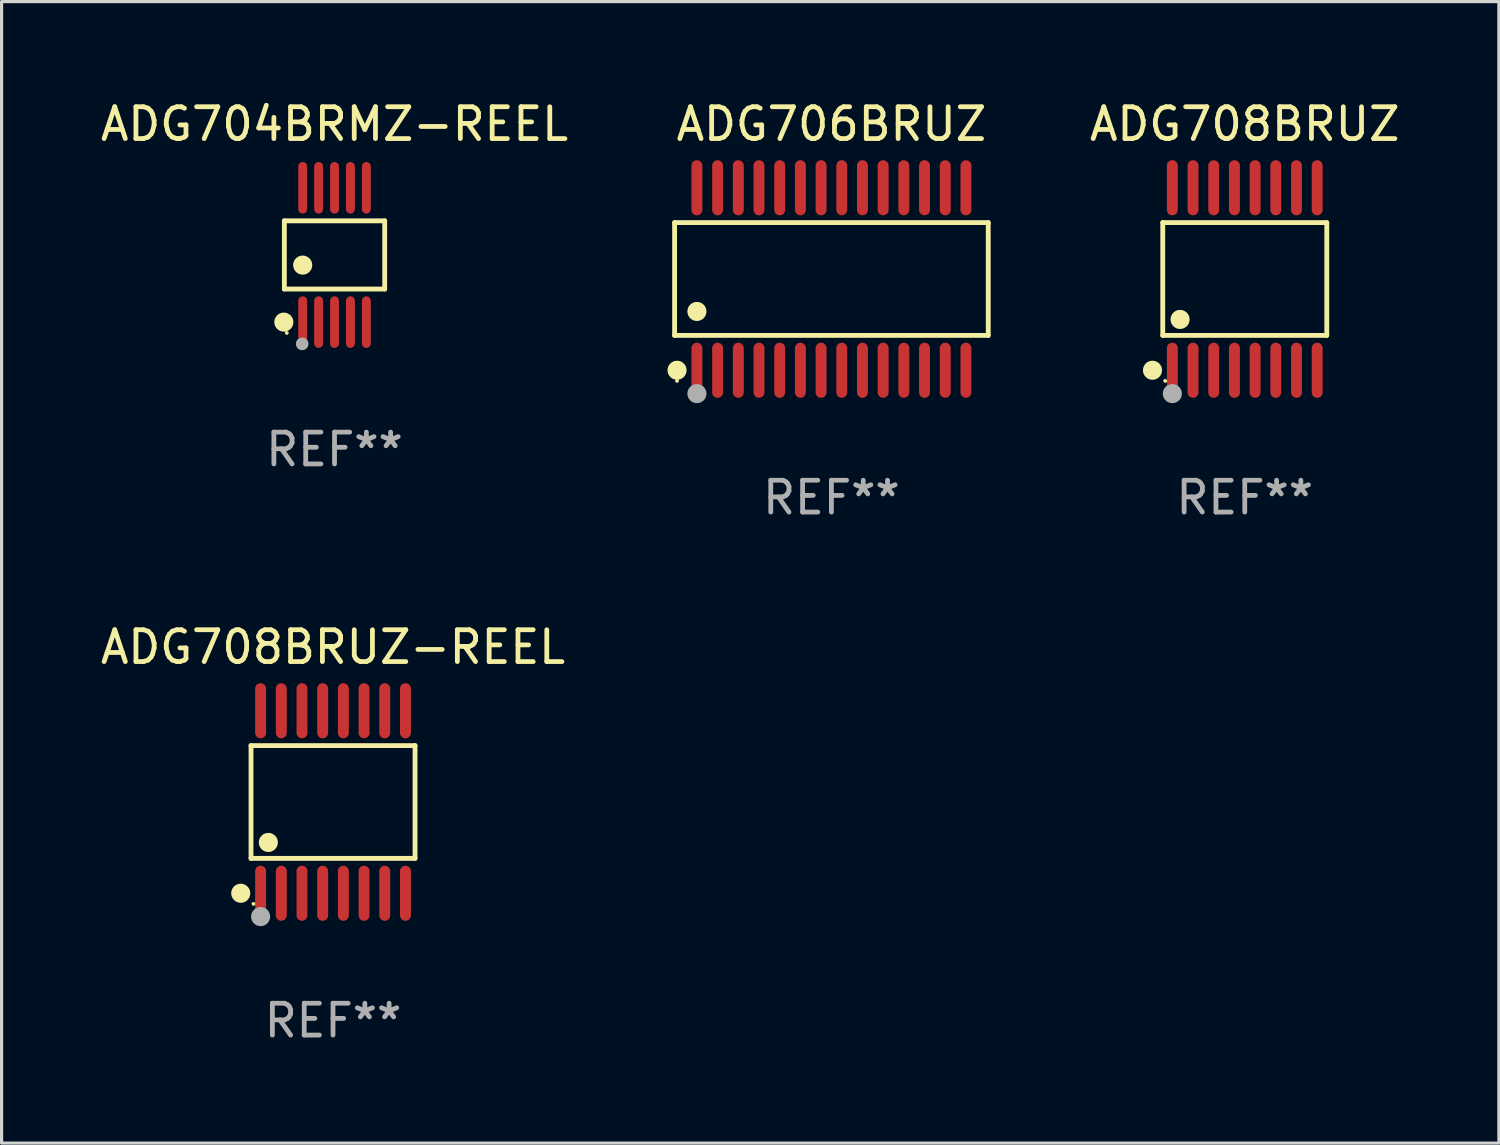
<source format=kicad_pcb>
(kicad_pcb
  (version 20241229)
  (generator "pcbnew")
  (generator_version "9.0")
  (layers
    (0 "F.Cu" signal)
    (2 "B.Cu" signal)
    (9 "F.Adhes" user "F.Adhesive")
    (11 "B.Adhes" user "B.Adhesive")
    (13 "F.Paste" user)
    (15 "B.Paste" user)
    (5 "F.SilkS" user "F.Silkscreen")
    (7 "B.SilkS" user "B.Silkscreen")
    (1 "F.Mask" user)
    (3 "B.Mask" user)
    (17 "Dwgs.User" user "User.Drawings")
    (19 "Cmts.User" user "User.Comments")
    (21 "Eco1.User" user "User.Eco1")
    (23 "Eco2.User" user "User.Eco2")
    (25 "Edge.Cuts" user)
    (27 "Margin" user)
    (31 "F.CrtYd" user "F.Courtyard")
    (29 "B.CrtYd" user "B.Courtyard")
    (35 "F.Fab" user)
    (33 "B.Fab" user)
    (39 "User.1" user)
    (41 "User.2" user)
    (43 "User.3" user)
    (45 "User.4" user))
  (footprint "ADG708BRUZ"
    (layer "F.Cu")
    (at 36.05 5.714)
    (property "Reference" "ADG708BRUZ" (at 0 -4.866 0) (layer "F.SilkS") (effects (font (size 1 1) (thickness 0.15))))
    (attr through_hole)
    (fp_line (start -2.576 -1.772) (end 2.576 -1.772) (stroke (width 0.152) (type solid)) (layer "F.SilkS"))
    (fp_line (start -2.576 1.771) (end -2.576 -1.772) (stroke (width 0.152) (type solid)) (layer "F.SilkS"))
    (fp_line (start 2.576 -1.772) (end 2.576 1.771) (stroke (width 0.152) (type solid)) (layer "F.SilkS"))
    (fp_line (start 2.576 1.771) (end -2.576 1.771) (stroke (width 0.152) (type solid)) (layer "F.SilkS"))
    (fp_circle (center -2.899 2.866) (end -2.749 2.866) (stroke (width 0.3) (type solid)) (fill no) (layer "F.SilkS"))
    (fp_circle (center -2.5 3.2) (end -2.47 3.2) (stroke (width 0.06) (type solid)) (fill no) (layer "F.SilkS"))
    (fp_circle (center -2.032 1.27) (end -1.882 1.27) (stroke (width 0.3) (type solid)) (fill no) (layer "F.SilkS"))
    (fp_circle (center -2.275 3.6) (end -2.125 3.6) (stroke (width 0.3) (type solid)) (fill no) (layer "F.Fab"))
    (fp_text user "REF**" (at 0 6.866 0) (layer "F.Fab") (effects (font (size 1 1) (thickness 0.15))))
    (pad "1" smd oval (at -2.275 2.866) (size 0.343 1.731) (layers "F.Cu" "F.Mask" "F.Paste"))
    (pad "2" smd oval (at -1.625 2.866) (size 0.343 1.731) (layers "F.Cu" "F.Mask" "F.Paste"))
    (pad "3" smd oval (at -0.975 2.866) (size 0.343 1.731) (layers "F.Cu" "F.Mask" "F.Paste"))
    (pad "4" smd oval (at -0.325 2.866) (size 0.343 1.731) (layers "F.Cu" "F.Mask" "F.Paste"))
    (pad "5" smd oval (at 0.325 2.866) (size 0.343 1.731) (layers "F.Cu" "F.Mask" "F.Paste"))
    (pad "6" smd oval (at 0.975 2.866) (size 0.343 1.731) (layers "F.Cu" "F.Mask" "F.Paste"))
    (pad "7" smd oval (at 1.625 2.866) (size 0.343 1.731) (layers "F.Cu" "F.Mask" "F.Paste"))
    (pad "8" smd oval (at 2.275 2.866) (size 0.343 1.731) (layers "F.Cu" "F.Mask" "F.Paste"))
    (pad "9" smd oval (at 2.275 -2.866) (size 0.343 1.731) (layers "F.Cu" "F.Mask" "F.Paste"))
    (pad "10" smd oval (at 1.625 -2.866) (size 0.343 1.731) (layers "F.Cu" "F.Mask" "F.Paste"))
    (pad "11" smd oval (at 0.975 -2.866) (size 0.343 1.731) (layers "F.Cu" "F.Mask" "F.Paste"))
    (pad "12" smd oval (at 0.325 -2.866) (size 0.343 1.731) (layers "F.Cu" "F.Mask" "F.Paste"))
    (pad "13" smd oval (at -0.325 -2.866) (size 0.343 1.731) (layers "F.Cu" "F.Mask" "F.Paste"))
    (pad "14" smd oval (at -0.975 -2.866) (size 0.343 1.731) (layers "F.Cu" "F.Mask" "F.Paste"))
    (pad "15" smd oval (at -1.625 -2.866) (size 0.343 1.731) (layers "F.Cu" "F.Mask" "F.Paste"))
    (pad "16" smd oval (at -2.275 -2.866) (size 0.343 1.731) (layers "F.Cu" "F.Mask" "F.Paste")))
  (footprint "ADG708BRUZ-REEL"
    (layer "F.Cu")
    (at 7.411 22.142)
    (property "Reference" "ADG708BRUZ-REEL" (at 0 -4.866 0) (layer "F.SilkS") (effects (font (size 1 1) (thickness 0.15))))
    (attr through_hole)
    (fp_line (start -2.576 -1.772) (end 2.576 -1.772) (stroke (width 0.152) (type solid)) (layer "F.SilkS"))
    (fp_line (start -2.576 1.771) (end -2.576 -1.772) (stroke (width 0.152) (type solid)) (layer "F.SilkS"))
    (fp_line (start 2.576 -1.772) (end 2.576 1.771) (stroke (width 0.152) (type solid)) (layer "F.SilkS"))
    (fp_line (start 2.576 1.771) (end -2.576 1.771) (stroke (width 0.152) (type solid)) (layer "F.SilkS"))
    (fp_circle (center -2.899 2.866) (end -2.749 2.866) (stroke (width 0.3) (type solid)) (fill no) (layer "F.SilkS"))
    (fp_circle (center -2.5 3.2) (end -2.47 3.2) (stroke (width 0.06) (type solid)) (fill no) (layer "F.SilkS"))
    (fp_circle (center -2.032 1.27) (end -1.882 1.27) (stroke (width 0.3) (type solid)) (fill no) (layer "F.SilkS"))
    (fp_circle (center -2.275 3.6) (end -2.125 3.6) (stroke (width 0.3) (type solid)) (fill no) (layer "F.Fab"))
    (fp_text user "REF**" (at 0 6.866 0) (layer "F.Fab") (effects (font (size 1 1) (thickness 0.15))))
    (pad "1" smd oval (at -2.275 2.866) (size 0.343 1.731) (layers "F.Cu" "F.Mask" "F.Paste"))
    (pad "2" smd oval (at -1.625 2.866) (size 0.343 1.731) (layers "F.Cu" "F.Mask" "F.Paste"))
    (pad "3" smd oval (at -0.975 2.866) (size 0.343 1.731) (layers "F.Cu" "F.Mask" "F.Paste"))
    (pad "4" smd oval (at -0.325 2.866) (size 0.343 1.731) (layers "F.Cu" "F.Mask" "F.Paste"))
    (pad "5" smd oval (at 0.325 2.866) (size 0.343 1.731) (layers "F.Cu" "F.Mask" "F.Paste"))
    (pad "6" smd oval (at 0.975 2.866) (size 0.343 1.731) (layers "F.Cu" "F.Mask" "F.Paste"))
    (pad "7" smd oval (at 1.625 2.866) (size 0.343 1.731) (layers "F.Cu" "F.Mask" "F.Paste"))
    (pad "8" smd oval (at 2.275 2.866) (size 0.343 1.731) (layers "F.Cu" "F.Mask" "F.Paste"))
    (pad "9" smd oval (at 2.275 -2.866) (size 0.343 1.731) (layers "F.Cu" "F.Mask" "F.Paste"))
    (pad "10" smd oval (at 1.625 -2.866) (size 0.343 1.731) (layers "F.Cu" "F.Mask" "F.Paste"))
    (pad "11" smd oval (at 0.975 -2.866) (size 0.343 1.731) (layers "F.Cu" "F.Mask" "F.Paste"))
    (pad "12" smd oval (at 0.325 -2.866) (size 0.343 1.731) (layers "F.Cu" "F.Mask" "F.Paste"))
    (pad "13" smd oval (at -0.325 -2.866) (size 0.343 1.731) (layers "F.Cu" "F.Mask" "F.Paste"))
    (pad "14" smd oval (at -0.975 -2.866) (size 0.343 1.731) (layers "F.Cu" "F.Mask" "F.Paste"))
    (pad "15" smd oval (at -1.625 -2.866) (size 0.343 1.731) (layers "F.Cu" "F.Mask" "F.Paste"))
    (pad "16" smd oval (at -2.275 -2.866) (size 0.343 1.731) (layers "F.Cu" "F.Mask" "F.Paste")))
  (footprint "ADG704BRMZ-REEL"
    (layer "F.Cu")
    (at 7.458 4.958)
    (property "Reference" "ADG704BRMZ-REEL" (at 0 -4.11 0) (layer "F.SilkS") (effects (font (size 1 1) (thickness 0.15))))
    (attr through_hole)
    (fp_line (start -1.576 -1.071) (end 1.576 -1.071) (stroke (width 0.152) (type solid)) (layer "F.SilkS"))
    (fp_line (start -1.576 1.071) (end -1.576 -1.071) (stroke (width 0.152) (type solid)) (layer "F.SilkS"))
    (fp_line (start 1.576 -1.071) (end 1.576 1.071) (stroke (width 0.152) (type solid)) (layer "F.SilkS"))
    (fp_line (start 1.576 1.071) (end -1.576 1.071) (stroke (width 0.152) (type solid)) (layer "F.SilkS"))
    (fp_circle (center -1.592 2.11) (end -1.442 2.11) (stroke (width 0.3) (type solid)) (fill no) (layer "F.SilkS"))
    (fp_circle (center -1.5 2.45) (end -1.47 2.45) (stroke (width 0.06) (type solid)) (fill no) (layer "F.SilkS"))
    (fp_circle (center -1 0.319) (end -0.85 0.319) (stroke (width 0.3) (type solid)) (fill no) (layer "F.SilkS"))
    (fp_circle (center -1.016 2.794) (end -0.916 2.794) (stroke (width 0.2) (type solid)) (fill no) (layer "F.Fab"))
    (fp_text user "REF**" (at 0 6.11 0) (layer "F.Fab") (effects (font (size 1 1) (thickness 0.15))))
    (pad "1" smd oval (at -1 2.11) (size 0.28 1.62) (layers "F.Cu" "F.Mask" "F.Paste"))
    (pad "2" smd oval (at -0.5 2.11) (size 0.28 1.62) (layers "F.Cu" "F.Mask" "F.Paste"))
    (pad "3" smd oval (at 0 2.11) (size 0.28 1.62) (layers "F.Cu" "F.Mask" "F.Paste"))
    (pad "4" smd oval (at 0.5 2.11) (size 0.28 1.62) (layers "F.Cu" "F.Mask" "F.Paste"))
    (pad "5" smd oval (at 1 2.11) (size 0.28 1.62) (layers "F.Cu" "F.Mask" "F.Paste"))
    (pad "6" smd oval (at 1 -2.11) (size 0.28 1.62) (layers "F.Cu" "F.Mask" "F.Paste"))
    (pad "7" smd oval (at 0.5 -2.11) (size 0.28 1.62) (layers "F.Cu" "F.Mask" "F.Paste"))
    (pad "8" smd oval (at 0 -2.11) (size 0.28 1.62) (layers "F.Cu" "F.Mask" "F.Paste"))
    (pad "9" smd oval (at -0.5 -2.11) (size 0.28 1.62) (layers "F.Cu" "F.Mask" "F.Paste"))
    (pad "10" smd oval (at -1 -2.11) (size 0.28 1.62) (layers "F.Cu" "F.Mask" "F.Paste")))
  (footprint "ADG706BRUZ"
    (layer "F.Cu")
    (at 23.066 5.714)
    (property "Reference" "ADG706BRUZ" (at 0 -4.866 0) (layer "F.SilkS") (effects (font (size 1 1) (thickness 0.15))))
    (attr through_hole)
    (fp_line (start -4.926 -1.772) (end 4.926 -1.772) (stroke (width 0.152) (type solid)) (layer "F.SilkS"))
    (fp_line (start -4.926 1.771) (end -4.926 -1.772) (stroke (width 0.152) (type solid)) (layer "F.SilkS"))
    (fp_line (start 4.926 -1.772) (end 4.926 1.771) (stroke (width 0.152) (type solid)) (layer "F.SilkS"))
    (fp_line (start 4.926 1.771) (end -4.926 1.771) (stroke (width 0.152) (type solid)) (layer "F.SilkS"))
    (fp_circle (center -4.85 3.2) (end -4.82 3.2) (stroke (width 0.06) (type solid)) (fill no) (layer "F.SilkS"))
    (fp_circle (center -4.849 2.866) (end -4.699 2.866) (stroke (width 0.3) (type solid)) (fill no) (layer "F.SilkS"))
    (fp_circle (center -4.225 1.019) (end -4.075 1.019) (stroke (width 0.3) (type solid)) (fill no) (layer "F.SilkS"))
    (fp_circle (center -4.225 3.6) (end -4.075 3.6) (stroke (width 0.3) (type solid)) (fill no) (layer "F.Fab"))
    (fp_text user "REF**" (at 0 6.866 0) (layer "F.Fab") (effects (font (size 1 1) (thickness 0.15))))
    (pad "1" smd oval (at -4.225 2.866) (size 0.343 1.731) (layers "F.Cu" "F.Mask" "F.Paste"))
    (pad "2" smd oval (at -3.575 2.866) (size 0.343 1.731) (layers "F.Cu" "F.Mask" "F.Paste"))
    (pad "3" smd oval (at -2.925 2.866) (size 0.343 1.731) (layers "F.Cu" "F.Mask" "F.Paste"))
    (pad "4" smd oval (at -2.275 2.866) (size 0.343 1.731) (layers "F.Cu" "F.Mask" "F.Paste"))
    (pad "5" smd oval (at -1.625 2.866) (size 0.343 1.731) (layers "F.Cu" "F.Mask" "F.Paste"))
    (pad "6" smd oval (at -0.975 2.866) (size 0.343 1.731) (layers "F.Cu" "F.Mask" "F.Paste"))
    (pad "7" smd oval (at -0.325 2.866) (size 0.343 1.731) (layers "F.Cu" "F.Mask" "F.Paste"))
    (pad "8" smd oval (at 0.325 2.866) (size 0.343 1.731) (layers "F.Cu" "F.Mask" "F.Paste"))
    (pad "9" smd oval (at 0.975 2.866) (size 0.343 1.731) (layers "F.Cu" "F.Mask" "F.Paste"))
    (pad "10" smd oval (at 1.625 2.866) (size 0.343 1.731) (layers "F.Cu" "F.Mask" "F.Paste"))
    (pad "11" smd oval (at 2.275 2.866) (size 0.343 1.731) (layers "F.Cu" "F.Mask" "F.Paste"))
    (pad "12" smd oval (at 2.925 2.866) (size 0.343 1.731) (layers "F.Cu" "F.Mask" "F.Paste"))
    (pad "13" smd oval (at 3.575 2.866) (size 0.343 1.731) (layers "F.Cu" "F.Mask" "F.Paste"))
    (pad "14" smd oval (at 4.225 2.866) (size 0.343 1.731) (layers "F.Cu" "F.Mask" "F.Paste"))
    (pad "15" smd oval (at 4.225 -2.866) (size 0.343 1.731) (layers "F.Cu" "F.Mask" "F.Paste"))
    (pad "16" smd oval (at 3.575 -2.866) (size 0.343 1.731) (layers "F.Cu" "F.Mask" "F.Paste"))
    (pad "17" smd oval (at 2.925 -2.866) (size 0.343 1.731) (layers "F.Cu" "F.Mask" "F.Paste"))
    (pad "18" smd oval (at 2.275 -2.866) (size 0.343 1.731) (layers "F.Cu" "F.Mask" "F.Paste"))
    (pad "19" smd oval (at 1.625 -2.866) (size 0.343 1.731) (layers "F.Cu" "F.Mask" "F.Paste"))
    (pad "20" smd oval (at 0.975 -2.866) (size 0.343 1.731) (layers "F.Cu" "F.Mask" "F.Paste"))
    (pad "21" smd oval (at 0.325 -2.866) (size 0.343 1.731) (layers "F.Cu" "F.Mask" "F.Paste"))
    (pad "22" smd oval (at -0.325 -2.866) (size 0.343 1.731) (layers "F.Cu" "F.Mask" "F.Paste"))
    (pad "23" smd oval (at -0.975 -2.866) (size 0.343 1.731) (layers "F.Cu" "F.Mask" "F.Paste"))
    (pad "24" smd oval (at -1.625 -2.866) (size 0.343 1.731) (layers "F.Cu" "F.Mask" "F.Paste"))
    (pad "25" smd oval (at -2.275 -2.866) (size 0.343 1.731) (layers "F.Cu" "F.Mask" "F.Paste"))
    (pad "26" smd oval (at -2.925 -2.866) (size 0.343 1.731) (layers "F.Cu" "F.Mask" "F.Paste"))
    (pad "27" smd oval (at -3.575 -2.866) (size 0.343 1.731) (layers "F.Cu" "F.Mask" "F.Paste"))
    (pad "28" smd oval (at -4.225 -2.866) (size 0.343 1.731) (layers "F.Cu" "F.Mask" "F.Paste")))
  (gr_rect
    (start -3 -3)
    (end 44.032 32.856)
    (stroke (width 0.1) (type default))
    (fill no)
    (layer "Edge.Cuts")))
</source>
